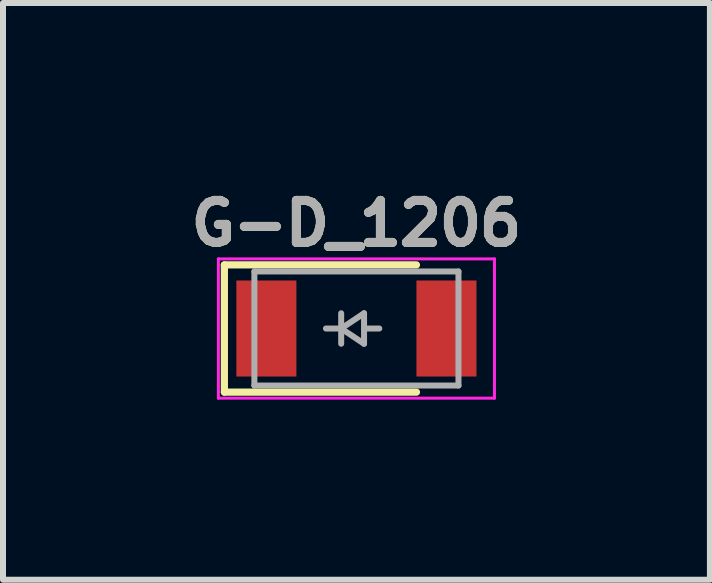
<source format=kicad_pcb>
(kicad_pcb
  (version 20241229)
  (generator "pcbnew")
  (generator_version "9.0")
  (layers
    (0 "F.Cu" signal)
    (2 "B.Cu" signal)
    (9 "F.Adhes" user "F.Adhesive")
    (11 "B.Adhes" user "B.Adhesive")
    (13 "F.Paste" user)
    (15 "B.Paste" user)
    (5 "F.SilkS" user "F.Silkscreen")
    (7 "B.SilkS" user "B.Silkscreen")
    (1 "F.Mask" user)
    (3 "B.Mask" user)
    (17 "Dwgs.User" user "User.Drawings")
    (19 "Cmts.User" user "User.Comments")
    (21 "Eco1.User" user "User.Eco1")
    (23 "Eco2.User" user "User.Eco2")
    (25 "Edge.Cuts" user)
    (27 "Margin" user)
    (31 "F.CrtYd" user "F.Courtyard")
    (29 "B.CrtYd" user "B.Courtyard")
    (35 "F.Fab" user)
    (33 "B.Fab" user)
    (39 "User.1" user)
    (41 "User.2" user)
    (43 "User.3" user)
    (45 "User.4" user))
  (footprint "G-D_1206"
    (layer "F.Cu")
    (at 2.888 2.423)
    (property "Reference" "G-D_1206" (at 0 -1.75 0) (layer "F.SilkS") (effects (font (size 0.7 0.7) (thickness 0.15))))
    (attr smd)
    (fp_line (start -2.2 -1.06) (end -2.2 1.06) (stroke (width 0.12) (type solid)) (layer "F.SilkS"))
    (fp_line (start -2.2 1.06) (end 1 1.06) (stroke (width 0.12) (type solid)) (layer "F.SilkS"))
    (fp_line (start 1 -1.06) (end -2.2 -1.06) (stroke (width 0.12) (type solid)) (layer "F.SilkS"))
    (fp_line (start -2.3 -1.16) (end -2.3 1.16) (stroke (width 0.05) (type solid)) (layer "F.CrtYd"))
    (fp_line (start -2.3 -1.16) (end 2.3 -1.16) (stroke (width 0.05) (type solid)) (layer "F.CrtYd"))
    (fp_line (start -2.3 1.16) (end 2.3 1.16) (stroke (width 0.05) (type solid)) (layer "F.CrtYd"))
    (fp_line (start 2.3 -1.16) (end 2.3 1.16) (stroke (width 0.05) (type solid)) (layer "F.CrtYd"))
    (fp_line (start -1.7 -0.95) (end 1.7 -0.95) (stroke (width 0.1) (type solid)) (layer "F.Fab"))
    (fp_line (start -1.7 0.95) (end -1.7 -0.95) (stroke (width 0.1) (type solid)) (layer "F.Fab"))
    (fp_line (start -0.254 -0.254) (end -0.254 0.254) (stroke (width 0.1) (type solid)) (layer "F.Fab"))
    (fp_line (start -0.254 0) (end -0.508 0) (stroke (width 0.1) (type solid)) (layer "F.Fab"))
    (fp_line (start -0.254 0) (end 0.127 -0.254) (stroke (width 0.1) (type solid)) (layer "F.Fab"))
    (fp_line (start 0.127 -0.254) (end 0.127 0.254) (stroke (width 0.1) (type solid)) (layer "F.Fab"))
    (fp_line (start 0.127 0) (end 0.381 0) (stroke (width 0.1) (type solid)) (layer "F.Fab"))
    (fp_line (start 0.127 0.254) (end -0.254 0) (stroke (width 0.1) (type solid)) (layer "F.Fab"))
    (fp_line (start 1.7 -0.95) (end 1.7 0.95) (stroke (width 0.1) (type solid)) (layer "F.Fab"))
    (fp_line (start 1.7 0.95) (end -1.7 0.95) (stroke (width 0.1) (type solid)) (layer "F.Fab"))
    (fp_text user "${REFERENCE}" (at 0 -1.75 180) (layer "F.Fab") (effects (font (size 0.7 0.7) (thickness 0.15))))
    (pad "1" smd rect (at -1.5 0) (size 1 1.6) (layers "F.Cu" "F.Mask" "F.Paste"))
    (pad "2" smd rect (at 1.5 0) (size 1 1.6) (layers "F.Cu" "F.Mask" "F.Paste")))
  (gr_rect
    (start -3 -3)
    (end 8.777 6.608)
    (stroke (width 0.1) (type default))
    (fill no)
    (layer "Edge.Cuts")))
</source>
